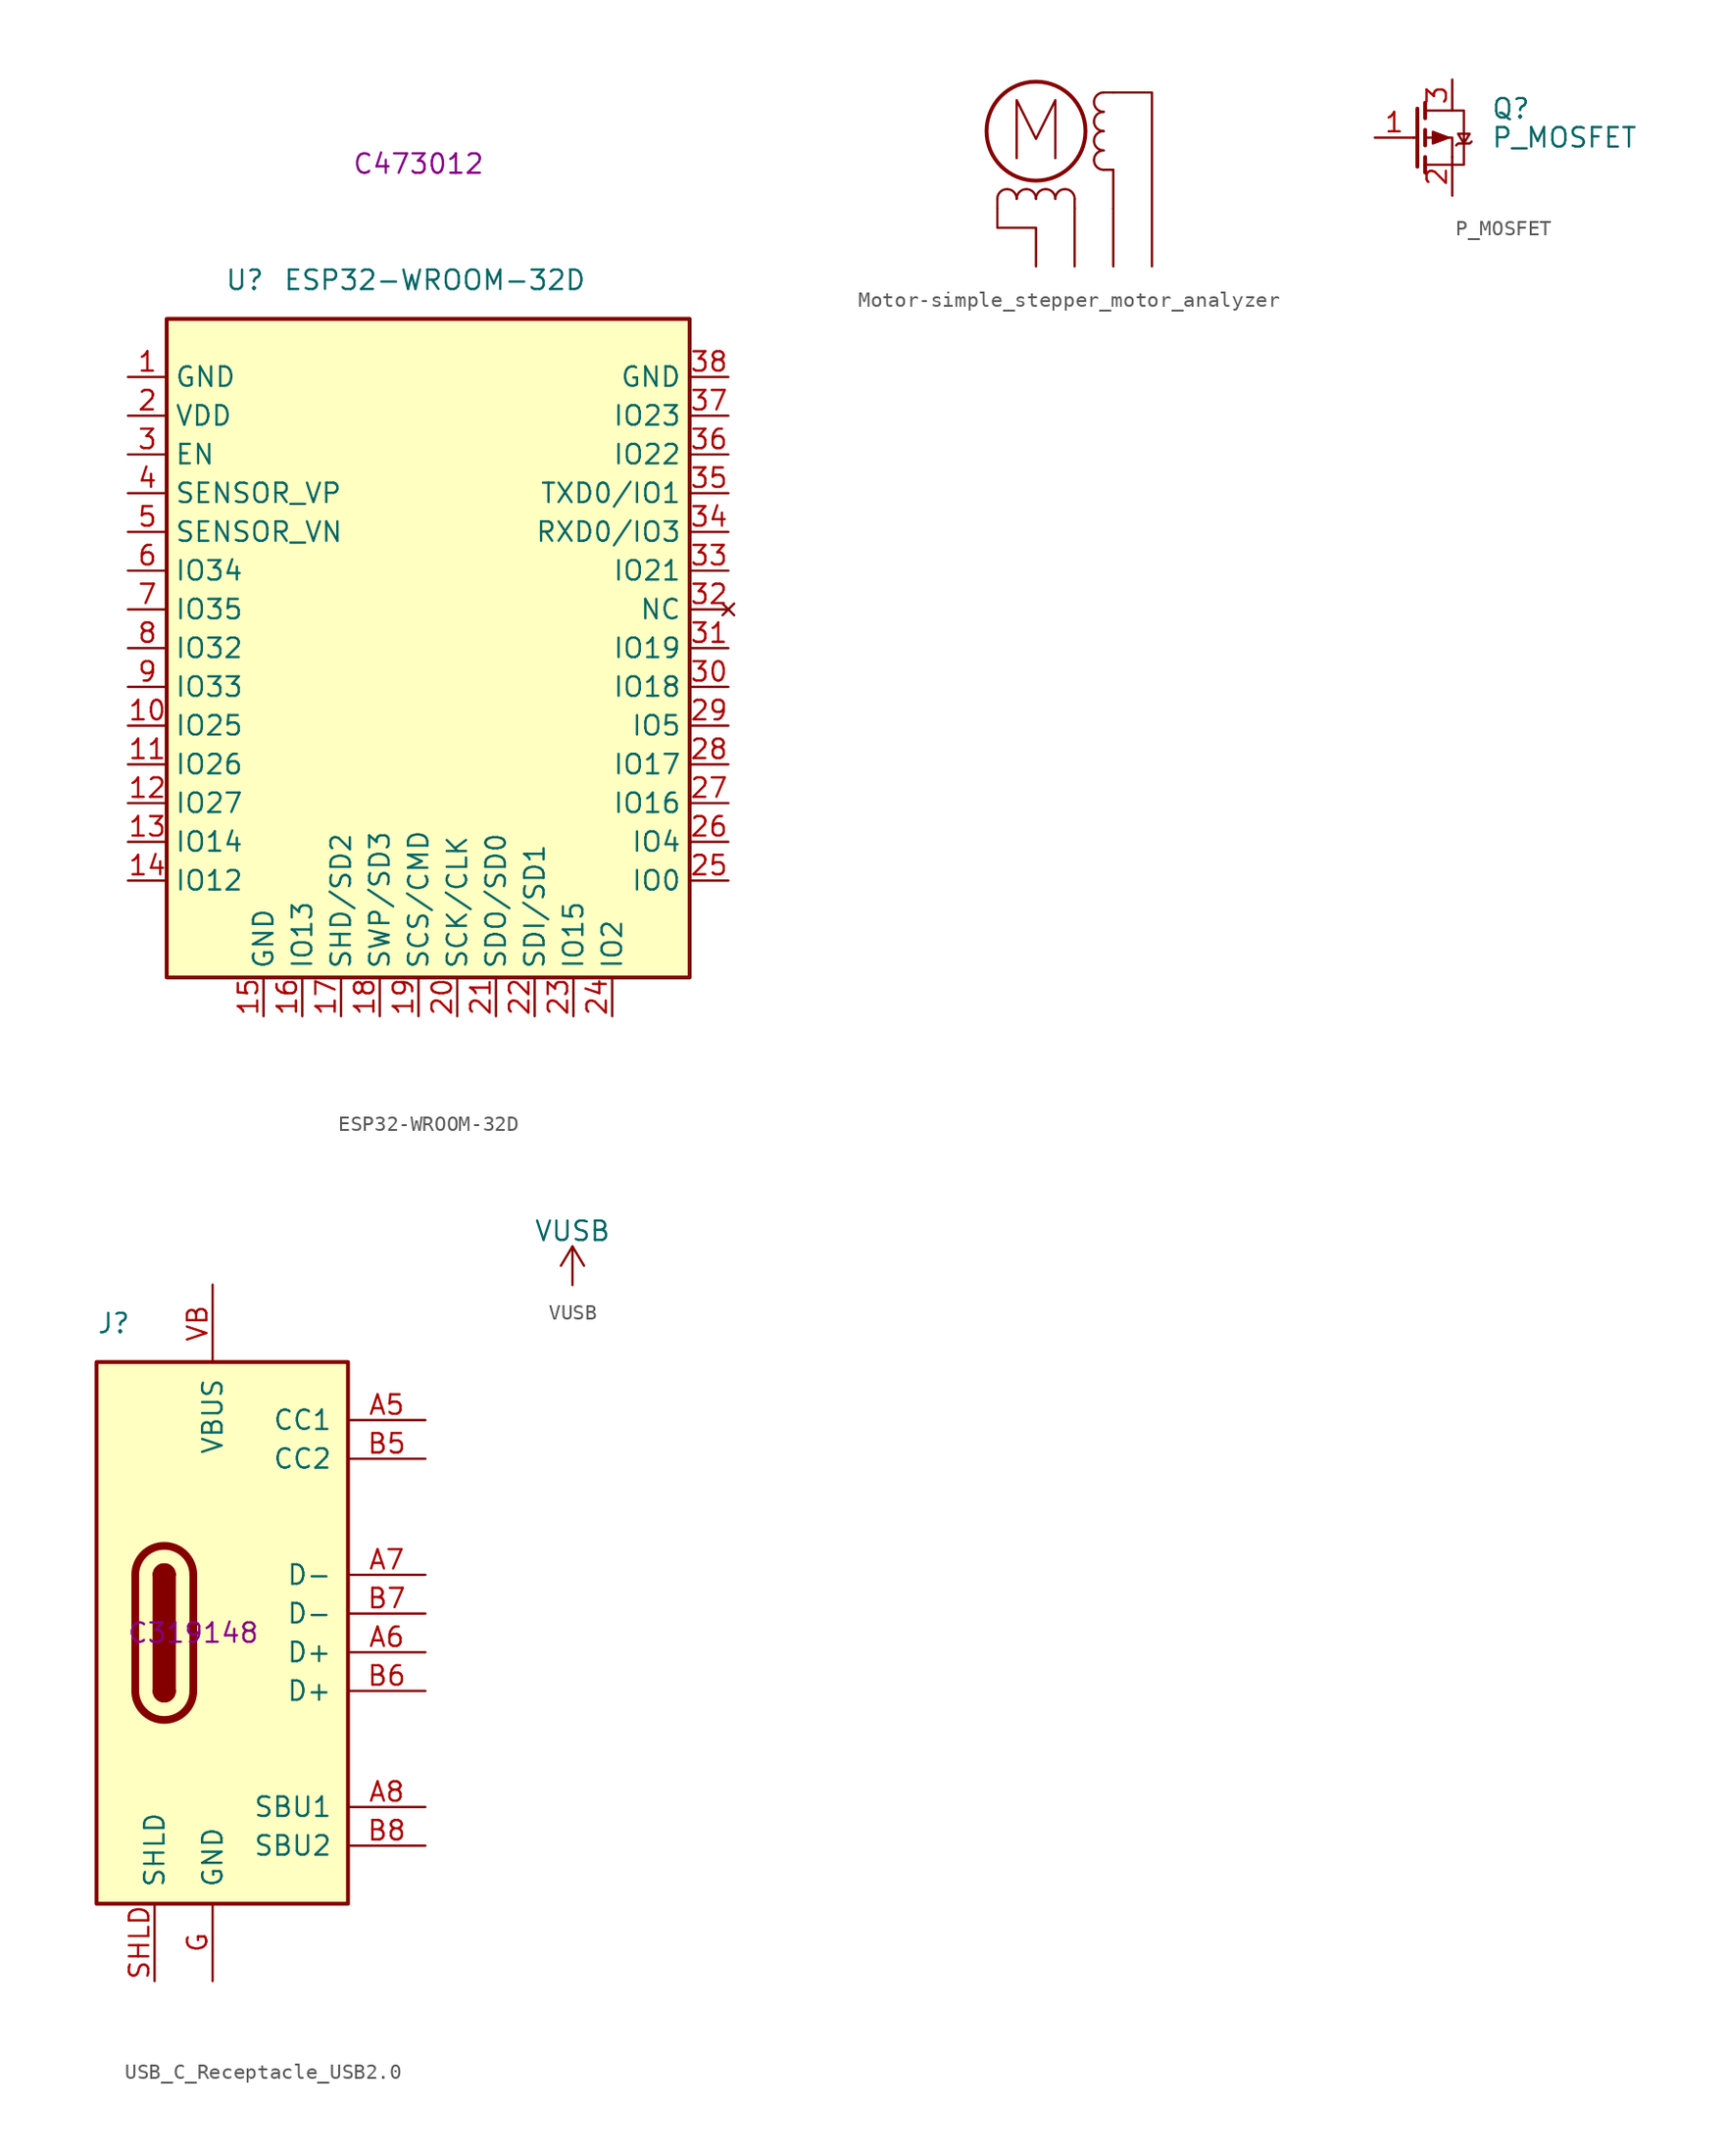
<source format=kicad_sym>
(kicad_symbol_lib
  (version 20220914)
  (generator kicad_symbol_editor)
  (symbol "ESP32-WROOM-32D"
    (property "Reference" "U"
      (at -43.18 30.48 0)
      (effects (font (size 1.27 1.27)) (justify left)))
    (property "Value" "ESP32-WROOM-32D"
      (at -39.37 30.48 0)
      (effects (font (size 1.27 1.27)) (justify left)))
    (property "LCSC" "C473012"
      (at -30.48 38.1 0)
      (effects (font (size 1.27 1.27))))
    (symbol "ESP32-WROOM-32D_0_1"
      (rectangle (start -46.99 27.94) (end -12.7 -15.24) (stroke (width 0.254) (type default)) (fill (type background))))
    (symbol "ESP32-WROOM-32D_1_1"
      (pin power_in line (at -49.53 24.13 0) (length 2.54) (name "GND" (effects (font (size 1.27 1.27)))) (number "1" (effects (font (size 1.27 1.27)))))
      (pin bidirectional line (at -49.53 1.27 0) (length 2.54) (name "IO25" (effects (font (size 1.27 1.27)))) (number "10" (effects (font (size 1.27 1.27)))))
      (pin bidirectional line (at -49.53 -1.27 0) (length 2.54) (name "IO26" (effects (font (size 1.27 1.27)))) (number "11" (effects (font (size 1.27 1.27)))))
      (pin bidirectional line (at -49.53 -3.81 0) (length 2.54) (name "IO27" (effects (font (size 1.27 1.27)))) (number "12" (effects (font (size 1.27 1.27)))))
      (pin bidirectional line (at -49.53 -6.35 0) (length 2.54) (name "IO14" (effects (font (size 1.27 1.27)))) (number "13" (effects (font (size 1.27 1.27)))))
      (pin bidirectional line (at -49.53 -8.89 0) (length 2.54) (name "IO12" (effects (font (size 1.27 1.27)))) (number "14" (effects (font (size 1.27 1.27)))))
      (pin passive line (at -40.64 -17.78 90) (length 2.54) (name "GND" (effects (font (size 1.27 1.27)))) (number "15" (effects (font (size 1.27 1.27)))))
      (pin bidirectional line (at -38.1 -17.78 90) (length 2.54) (name "IO13" (effects (font (size 1.27 1.27)))) (number "16" (effects (font (size 1.27 1.27)))))
      (pin bidirectional line (at -35.56 -17.78 90) (length 2.54) (name "SHD/SD2" (effects (font (size 1.27 1.27)))) (number "17" (effects (font (size 1.27 1.27)))))
      (pin bidirectional line (at -33.02 -17.78 90) (length 2.54) (name "SWP/SD3" (effects (font (size 1.27 1.27)))) (number "18" (effects (font (size 1.27 1.27)))))
      (pin bidirectional line (at -30.48 -17.78 90) (length 2.54) (name "SCS/CMD" (effects (font (size 1.27 1.27)))) (number "19" (effects (font (size 1.27 1.27)))))
      (pin power_in line (at -49.53 21.59 0) (length 2.54) (name "VDD" (effects (font (size 1.27 1.27)))) (number "2" (effects (font (size 1.27 1.27)))))
      (pin bidirectional line (at -27.94 -17.78 90) (length 2.54) (name "SCK/CLK" (effects (font (size 1.27 1.27)))) (number "20" (effects (font (size 1.27 1.27)))))
      (pin bidirectional line (at -25.4 -17.78 90) (length 2.54) (name "SDO/SD0" (effects (font (size 1.27 1.27)))) (number "21" (effects (font (size 1.27 1.27)))))
      (pin bidirectional line (at -22.86 -17.78 90) (length 2.54) (name "SDI/SD1" (effects (font (size 1.27 1.27)))) (number "22" (effects (font (size 1.27 1.27)))))
      (pin bidirectional line (at -20.32 -17.78 90) (length 2.54) (name "IO15" (effects (font (size 1.27 1.27)))) (number "23" (effects (font (size 1.27 1.27)))))
      (pin bidirectional line (at -17.78 -17.78 90) (length 2.54) (name "IO2" (effects (font (size 1.27 1.27)))) (number "24" (effects (font (size 1.27 1.27)))))
      (pin bidirectional line (at -10.16 -8.89 180) (length 2.54) (name "IO0" (effects (font (size 1.27 1.27)))) (number "25" (effects (font (size 1.27 1.27)))))
      (pin bidirectional line (at -10.16 -6.35 180) (length 2.54) (name "IO4" (effects (font (size 1.27 1.27)))) (number "26" (effects (font (size 1.27 1.27)))))
      (pin bidirectional line (at -10.16 -3.81 180) (length 2.54) (name "IO16" (effects (font (size 1.27 1.27)))) (number "27" (effects (font (size 1.27 1.27)))))
      (pin bidirectional line (at -10.16 -1.27 180) (length 2.54) (name "IO17" (effects (font (size 1.27 1.27)))) (number "28" (effects (font (size 1.27 1.27)))))
      (pin bidirectional line (at -10.16 1.27 180) (length 2.54) (name "IO5" (effects (font (size 1.27 1.27)))) (number "29" (effects (font (size 1.27 1.27)))))
      (pin input line (at -49.53 19.05 0) (length 2.54) (name "EN" (effects (font (size 1.27 1.27)))) (number "3" (effects (font (size 1.27 1.27)))))
      (pin bidirectional line (at -10.16 3.81 180) (length 2.54) (name "IO18" (effects (font (size 1.27 1.27)))) (number "30" (effects (font (size 1.27 1.27)))))
      (pin bidirectional line (at -10.16 6.35 180) (length 2.54) (name "IO19" (effects (font (size 1.27 1.27)))) (number "31" (effects (font (size 1.27 1.27)))))
      (pin no_connect line (at -10.16 8.89 180) (length 2.54) (name "NC" (effects (font (size 1.27 1.27)))) (number "32" (effects (font (size 1.27 1.27)))))
      (pin bidirectional line (at -10.16 11.43 180) (length 2.54) (name "IO21" (effects (font (size 1.27 1.27)))) (number "33" (effects (font (size 1.27 1.27)))))
      (pin bidirectional line (at -10.16 13.97 180) (length 2.54) (name "RXD0/IO3" (effects (font (size 1.27 1.27)))) (number "34" (effects (font (size 1.27 1.27)))))
      (pin bidirectional line (at -10.16 16.51 180) (length 2.54) (name "TXD0/IO1" (effects (font (size 1.27 1.27)))) (number "35" (effects (font (size 1.27 1.27)))))
      (pin bidirectional line (at -10.16 19.05 180) (length 2.54) (name "IO22" (effects (font (size 1.27 1.27)))) (number "36" (effects (font (size 1.27 1.27)))))
      (pin bidirectional line (at -10.16 21.59 180) (length 2.54) (name "IO23" (effects (font (size 1.27 1.27)))) (number "37" (effects (font (size 1.27 1.27)))))
      (pin passive line (at -10.16 24.13 180) (length 2.54) (name "GND" (effects (font (size 1.27 1.27)))) (number "38" (effects (font (size 1.27 1.27)))))
      (pin passive line (at -40.64 -17.78 90) (length 2.54) hide (name "GND" (effects (font (size 1.27 1.27)))) (number "39" (effects (font (size 1.27 1.27)))))
      (pin input line (at -49.53 16.51 0) (length 2.54) (name "SENSOR_VP" (effects (font (size 1.27 1.27)))) (number "4" (effects (font (size 1.27 1.27)))))
      (pin input line (at -49.53 13.97 0) (length 2.54) (name "SENSOR_VN" (effects (font (size 1.27 1.27)))) (number "5" (effects (font (size 1.27 1.27)))))
      (pin input line (at -49.53 11.43 0) (length 2.54) (name "IO34" (effects (font (size 1.27 1.27)))) (number "6" (effects (font (size 1.27 1.27)))))
      (pin input line (at -49.53 8.89 0) (length 2.54) (name "IO35" (effects (font (size 1.27 1.27)))) (number "7" (effects (font (size 1.27 1.27)))))
      (pin bidirectional line (at -49.53 6.35 0) (length 2.54) (name "IO32" (effects (font (size 1.27 1.27)))) (number "8" (effects (font (size 1.27 1.27)))))
      (pin bidirectional line (at -49.53 3.81 0) (length 2.54) (name "IO33" (effects (font (size 1.27 1.27)))) (number "9" (effects (font (size 1.27 1.27)))))))
  (symbol "Motor-simple_stepper_motor_analyzer"
    (pin_names
      (offset 0) hide)
    (property "Reference" "M"
      (at 1.27 10.16 0)
      (effects (font (size 1.27 1.27)) (justify left) hide))
    (symbol "Motor-simple_stepper_motor_analyzer_0_0"
      (polyline (pts (xy 5.08 0) (xy 5.08 -2.54)) (stroke (width 0) (type default)) (fill (type none)))
      (polyline (pts (xy -1.27 0.762) (xy -1.27 4.572) (xy 0 2.032) (xy 1.27 4.572) (xy 1.27 0.762)) (stroke (width 0) (type default)) (fill (type none))))
    (symbol "Motor-simple_stepper_motor_analyzer_0_1"
      (arc (start -1.27 -1.905) (mid -1.905 -1.2727) (end -2.54 -1.905) (stroke (width 0) (type default)) (fill (type none)))
      (arc (start 0 -1.905) (mid -0.635 -1.2727) (end -1.27 -1.905) (stroke (width 0) (type default)) (fill (type none)))
      (polyline (pts (xy -2.54 -2.54) (xy -2.54 -1.905)) (stroke (width 0) (type default)) (fill (type none)))
      (polyline (pts (xy 2.54 -2.54) (xy 2.54 -6.35)) (stroke (width 0) (type default)) (fill (type none)))
      (polyline (pts (xy 2.54 -2.54) (xy 2.54 -1.905)) (stroke (width 0) (type default)) (fill (type none)))
      (polyline (pts (xy 5.08 -2.54) (xy 5.08 -6.35)) (stroke (width 0) (type default)) (fill (type none)))
      (polyline (pts (xy 5.08 0) (xy 4.445 0)) (stroke (width 0) (type default)) (fill (type none)))
      (polyline (pts (xy 5.08 5.08) (xy 4.445 5.08)) (stroke (width 0) (type default)) (fill (type none)))
      (polyline (pts (xy 7.62 -6.35) (xy 7.62 5.08) (xy 5.08 5.08)) (stroke (width 0) (type default)) (fill (type none)))
      (polyline (pts (xy 0 -6.35) (xy 0 -3.81) (xy -2.54 -3.81) (xy -2.54 -2.54)) (stroke (width 0) (type default)) (fill (type none)))
      (circle (center 0 2.54) (radius 3.251) (stroke (width 0.254) (type default)) (fill (type none)))
      (arc (start 1.27 -1.905) (mid 0.635 -1.2727) (end 0 -1.905) (stroke (width 0) (type default)) (fill (type none)))
      (arc (start 2.54 -1.905) (mid 1.905 -1.2727) (end 1.27 -1.905) (stroke (width 0) (type default)) (fill (type none)))
      (arc (start 4.445 1.27) (mid 3.8127 0.635) (end 4.445 0) (stroke (width 0) (type default)) (fill (type none)))
      (arc (start 4.445 2.54) (mid 3.8127 1.905) (end 4.445 1.27) (stroke (width 0) (type default)) (fill (type none)))
      (arc (start 4.445 3.81) (mid 3.8127 3.175) (end 4.445 2.54) (stroke (width 0) (type default)) (fill (type none)))
      (arc (start 4.445 5.08) (mid 3.8127 4.445) (end 4.445 3.81) (stroke (width 0) (type default)) (fill (type none)))))
  (symbol "P_MOSFET"
    (pin_names hide)
    (property "Reference" "Q"
      (at 5.08 1.905 0)
      (effects (font (size 1.27 1.27)) (justify left)))
    (property "Value" "P_MOSFET"
      (at 5.08 0 0)
      (effects (font (size 1.27 1.27)) (justify left)))
    (symbol "P_MOSFET_0_1"
      (polyline (pts (xy 0.254 0) (xy 0 0)) (stroke (width 0) (type default)) (fill (type none)))
      (polyline (pts (xy 0.254 1.905) (xy 0.254 -1.905)) (stroke (width 0.254) (type default)) (fill (type none)))
      (polyline (pts (xy 0.762 -1.27) (xy 0.762 -2.286)) (stroke (width 0.254) (type default)) (fill (type none)))
      (polyline (pts (xy 0.762 0.508) (xy 0.762 -0.508)) (stroke (width 0.254) (type default)) (fill (type none)))
      (polyline (pts (xy 0.762 2.286) (xy 0.762 1.27)) (stroke (width 0.254) (type default)) (fill (type none)))
      (polyline (pts (xy 2.54 -1.27) (xy 2.54 0) (xy 0.762 0)) (stroke (width 0) (type default)) (fill (type none)))
      (polyline (pts (xy 0.762 1.778) (xy 3.302 1.778) (xy 3.302 -1.778) (xy 0.762 -1.778)) (stroke (width 0) (type default)) (fill (type none)))
      (polyline (pts (xy 2.286 0) (xy 1.27 0.381) (xy 1.27 -0.381) (xy 2.286 0)) (stroke (width 0) (type default)) (fill (type outline)))
      (polyline (pts (xy 2.794 -0.508) (xy 2.921 -0.381) (xy 3.683 -0.381) (xy 3.81 -0.254)) (stroke (width 0) (type default)) (fill (type none)))
      (polyline (pts (xy 3.302 -0.381) (xy 2.921 0.254) (xy 3.683 0.254) (xy 3.302 -0.381)) (stroke (width 0) (type default)) (fill (type none))))
    (symbol "P_MOSFET_1_1"
      (pin input line (at -2.54 0 0) (length 2.54) (name "G" (effects (font (size 1.27 1.27)))) (number "1" (effects (font (size 1.27 1.27)))))
      (pin passive line (at 2.54 -3.81 90) (length 2.54) (name "S" (effects (font (size 1.27 1.27)))) (number "2" (effects (font (size 1.27 1.27)))))
      (pin passive line (at 2.54 3.81 270) (length 2.032) (name "D" (effects (font (size 1.27 1.27)))) (number "3" (effects (font (size 1.27 1.27)))))))
  (symbol "USB_C_Receptacle_USB2.0"
    (pin_names
      (offset 1.016))
    (property "Reference" "J"
      (at -6.35 20.32 0)
      (effects (font (size 1.27 1.27)) (justify left)))
    (property "LCSC" "C319148"
      (at 0 0 0)
      (effects (font (size 1.27 1.27))))
    (symbol "USB_C_Receptacle_USB2.0_0_1"
      (arc (start -3.81 -3.81) (mid -1.905 -5.7067) (end 0 -3.81) (stroke (width 0.508) (type default)) (fill (type none)))
      (arc (start -2.54 -3.81) (mid -1.905 -4.4423) (end -1.27 -3.81) (stroke (width 0.254) (type default)) (fill (type none)))
      (arc (start -2.54 -3.81) (mid -1.905 -4.4423) (end -1.27 -3.81) (stroke (width 0.254) (type default)) (fill (type outline)))
      (rectangle (start -2.54 -3.81) (end -1.27 3.81) (stroke (width 0.254) (type default)) (fill (type outline)))
      (arc (start -1.27 3.81) (mid -1.905 4.4423) (end -2.54 3.81) (stroke (width 0.254) (type default)) (fill (type none)))
      (arc (start -1.27 3.81) (mid -1.905 4.4423) (end -2.54 3.81) (stroke (width 0.254) (type default)) (fill (type outline)))
      (polyline (pts (xy -3.81 -3.81) (xy -3.81 3.81)) (stroke (width 0.508) (type default)) (fill (type none)))
      (polyline (pts (xy 0 3.81) (xy 0 -3.81)) (stroke (width 0.508) (type default)) (fill (type none)))
      (arc (start 0 3.81) (mid -1.905 5.7067) (end -3.81 3.81) (stroke (width 0.508) (type default)) (fill (type none)))
      (rectangle (start 10.16 -17.78) (end -6.35 17.78) (stroke (width 0.254) (type default)) (fill (type background))))
    (symbol "USB_C_Receptacle_USB2.0_1_1"
      (pin bidirectional line (at 15.24 13.97 180) (length 5.08) (name "CC1" (effects (font (size 1.27 1.27)))) (number "A5" (effects (font (size 1.27 1.27)))))
      (pin bidirectional line (at 15.24 -1.27 180) (length 5.08) (name "D+" (effects (font (size 1.27 1.27)))) (number "A6" (effects (font (size 1.27 1.27)))))
      (pin bidirectional line (at 15.24 3.81 180) (length 5.08) (name "D-" (effects (font (size 1.27 1.27)))) (number "A7" (effects (font (size 1.27 1.27)))))
      (pin bidirectional line (at 15.24 -11.43 180) (length 5.08) (name "SBU1" (effects (font (size 1.27 1.27)))) (number "A8" (effects (font (size 1.27 1.27)))))
      (pin bidirectional line (at 15.24 11.43 180) (length 5.08) (name "CC2" (effects (font (size 1.27 1.27)))) (number "B5" (effects (font (size 1.27 1.27)))))
      (pin bidirectional line (at 15.24 -3.81 180) (length 5.08) (name "D+" (effects (font (size 1.27 1.27)))) (number "B6" (effects (font (size 1.27 1.27)))))
      (pin bidirectional line (at 15.24 1.27 180) (length 5.08) (name "D-" (effects (font (size 1.27 1.27)))) (number "B7" (effects (font (size 1.27 1.27)))))
      (pin bidirectional line (at 15.24 -13.97 180) (length 5.08) (name "SBU2" (effects (font (size 1.27 1.27)))) (number "B8" (effects (font (size 1.27 1.27)))))
      (pin passive line (at 1.27 -22.86 90) (length 5.08) (name "GND" (effects (font (size 1.27 1.27)))) (number "G" (effects (font (size 1.27 1.27)))))
      (pin passive line (at -2.54 -22.86 90) (length 5.08) (name "SHLD" (effects (font (size 1.27 1.27)))) (number "SHLD" (effects (font (size 1.27 1.27)))))
      (pin power_out line (at 1.27 22.86 270) (length 5.08) (name "VBUS" (effects (font (size 1.27 1.27)))) (number "VB" (effects (font (size 1.27 1.27)))))))
  (symbol "VUSB"
    (power)
    (pin_names
      (offset 0))
    (property "Reference" "#PWR"
      (at 0 -3.81 0)
      (effects (font (size 1.27 1.27)) hide))
    (property "Value" "VUSB"
      (at 0 3.556 0)
      (effects (font (size 1.27 1.27))))
    (symbol "VUSB_0_1"
      (polyline (pts (xy -0.762 1.27) (xy 0 2.54)) (stroke (width 0) (type default)) (fill (type none)))
      (polyline (pts (xy 0 0) (xy 0 2.54)) (stroke (width 0) (type default)) (fill (type none)))
      (polyline (pts (xy 0 2.54) (xy 0.762 1.27)) (stroke (width 0) (type default)) (fill (type none))))
    (symbol "VUSB_1_1"
      (pin power_in line (at 0 0 90) (length 0) hide (name "VUSB" (effects (font (size 1.27 1.27)))) (number "1" (effects (font (size 1.27 1.27))))))))
</source>
